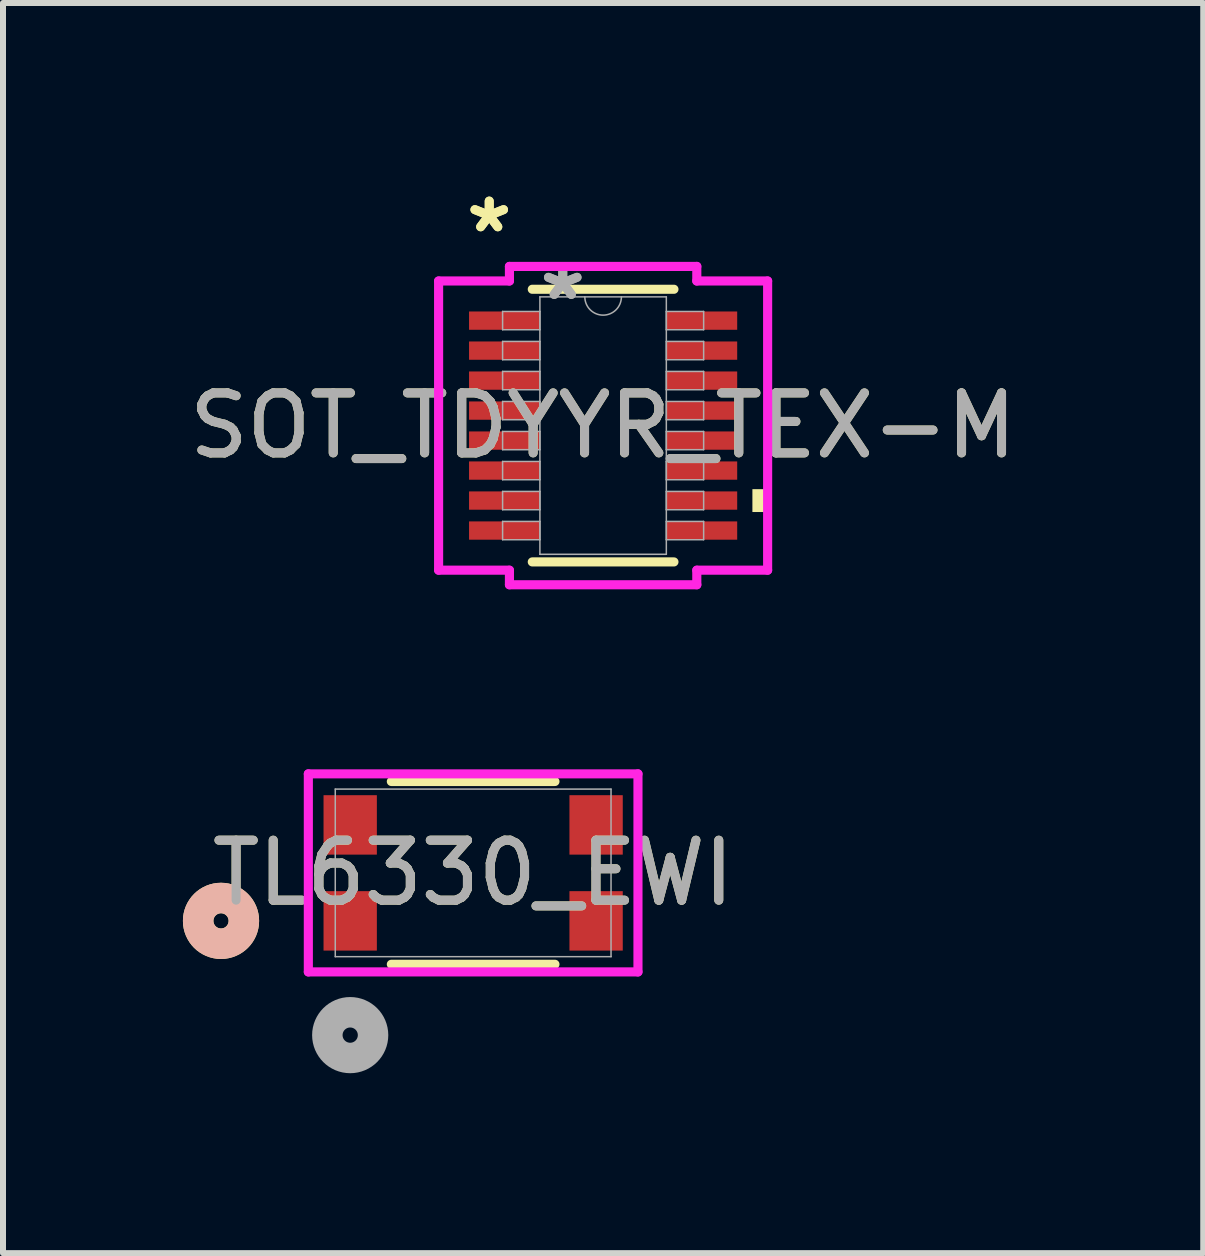
<source format=kicad_pcb>
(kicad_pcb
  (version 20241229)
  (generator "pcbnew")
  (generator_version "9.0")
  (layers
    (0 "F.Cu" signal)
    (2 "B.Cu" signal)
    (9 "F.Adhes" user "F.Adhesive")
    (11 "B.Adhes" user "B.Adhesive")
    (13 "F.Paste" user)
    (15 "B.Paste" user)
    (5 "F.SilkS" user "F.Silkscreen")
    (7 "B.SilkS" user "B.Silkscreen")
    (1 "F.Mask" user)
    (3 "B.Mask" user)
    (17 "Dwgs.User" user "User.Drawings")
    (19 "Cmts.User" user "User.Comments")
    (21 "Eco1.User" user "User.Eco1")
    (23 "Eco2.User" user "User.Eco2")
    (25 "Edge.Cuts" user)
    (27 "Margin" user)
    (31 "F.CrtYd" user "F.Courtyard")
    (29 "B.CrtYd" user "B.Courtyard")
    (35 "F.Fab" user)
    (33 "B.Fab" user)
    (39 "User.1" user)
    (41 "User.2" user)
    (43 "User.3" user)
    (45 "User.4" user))
  (footprint "SOT_TDYYR_TEX-M"
    (layer "F.Cu")
    (at 7.006 4.046)
    (property "Reference" "SOT_TDYYR_TEX-M" (at 0 0 0) (unlocked yes) (layer "F.SilkS") (effects (font (size 1 1) (thickness 0.15))))
    (attr smd)
    (fp_line (start -1.181 2.273) (end 1.181 2.273) (stroke (width 0.152) (type solid)) (layer "F.SilkS"))
    (fp_line (start 1.181 -2.273) (end -1.181 -2.273) (stroke (width 0.152) (type solid)) (layer "F.SilkS"))
    (fp_poly (pts (xy 2.743 1.06) (xy 2.743 1.441) (xy 2.489 1.441) (xy 2.489 1.06)) (stroke (width 0) (type solid)) (fill yes) (layer "F.SilkS"))
    (fp_line (start -2.743 -2.411) (end -1.562 -2.411) (stroke (width 0.152) (type solid)) (layer "F.CrtYd"))
    (fp_line (start -2.743 2.411) (end -2.743 -2.411) (stroke (width 0.152) (type solid)) (layer "F.CrtYd"))
    (fp_line (start -2.743 2.411) (end -1.562 2.411) (stroke (width 0.152) (type solid)) (layer "F.CrtYd"))
    (fp_line (start -1.562 -2.654) (end 1.562 -2.654) (stroke (width 0.152) (type solid)) (layer "F.CrtYd"))
    (fp_line (start -1.562 -2.411) (end -1.562 -2.654) (stroke (width 0.152) (type solid)) (layer "F.CrtYd"))
    (fp_line (start -1.562 2.654) (end -1.562 2.411) (stroke (width 0.152) (type solid)) (layer "F.CrtYd"))
    (fp_line (start 1.562 -2.654) (end 1.562 -2.411) (stroke (width 0.152) (type solid)) (layer "F.CrtYd"))
    (fp_line (start 1.562 2.411) (end 1.562 2.654) (stroke (width 0.152) (type solid)) (layer "F.CrtYd"))
    (fp_line (start 1.562 2.654) (end -1.562 2.654) (stroke (width 0.152) (type solid)) (layer "F.CrtYd"))
    (fp_line (start 2.743 -2.411) (end 1.562 -2.411) (stroke (width 0.152) (type solid)) (layer "F.CrtYd"))
    (fp_line (start 2.743 -2.411) (end 2.743 2.411) (stroke (width 0.152) (type solid)) (layer "F.CrtYd"))
    (fp_line (start 2.743 2.411) (end 1.562 2.411) (stroke (width 0.152) (type solid)) (layer "F.CrtYd"))
    (fp_line (start -1.676 -1.903) (end -1.676 -1.598) (stroke (width 0.025) (type solid)) (layer "F.Fab"))
    (fp_line (start -1.676 -1.598) (end -1.054 -1.598) (stroke (width 0.025) (type solid)) (layer "F.Fab"))
    (fp_line (start -1.676 -1.403) (end -1.676 -1.098) (stroke (width 0.025) (type solid)) (layer "F.Fab"))
    (fp_line (start -1.676 -1.098) (end -1.054 -1.098) (stroke (width 0.025) (type solid)) (layer "F.Fab"))
    (fp_line (start -1.676 -0.903) (end -1.676 -0.598) (stroke (width 0.025) (type solid)) (layer "F.Fab"))
    (fp_line (start -1.676 -0.598) (end -1.054 -0.598) (stroke (width 0.025) (type solid)) (layer "F.Fab"))
    (fp_line (start -1.676 -0.402) (end -1.676 -0.098) (stroke (width 0.025) (type solid)) (layer "F.Fab"))
    (fp_line (start -1.676 -0.098) (end -1.054 -0.098) (stroke (width 0.025) (type solid)) (layer "F.Fab"))
    (fp_line (start -1.676 0.098) (end -1.676 0.402) (stroke (width 0.025) (type solid)) (layer "F.Fab"))
    (fp_line (start -1.676 0.402) (end -1.054 0.402) (stroke (width 0.025) (type solid)) (layer "F.Fab"))
    (fp_line (start -1.676 0.598) (end -1.676 0.903) (stroke (width 0.025) (type solid)) (layer "F.Fab"))
    (fp_line (start -1.676 0.903) (end -1.054 0.903) (stroke (width 0.025) (type solid)) (layer "F.Fab"))
    (fp_line (start -1.676 1.098) (end -1.676 1.403) (stroke (width 0.025) (type solid)) (layer "F.Fab"))
    (fp_line (start -1.676 1.403) (end -1.054 1.403) (stroke (width 0.025) (type solid)) (layer "F.Fab"))
    (fp_line (start -1.676 1.598) (end -1.676 1.903) (stroke (width 0.025) (type solid)) (layer "F.Fab"))
    (fp_line (start -1.676 1.903) (end -1.054 1.903) (stroke (width 0.025) (type solid)) (layer "F.Fab"))
    (fp_line (start -1.054 -2.146) (end -1.054 2.146) (stroke (width 0.025) (type solid)) (layer "F.Fab"))
    (fp_line (start -1.054 -1.903) (end -1.676 -1.903) (stroke (width 0.025) (type solid)) (layer "F.Fab"))
    (fp_line (start -1.054 -1.598) (end -1.054 -1.903) (stroke (width 0.025) (type solid)) (layer "F.Fab"))
    (fp_line (start -1.054 -1.403) (end -1.676 -1.403) (stroke (width 0.025) (type solid)) (layer "F.Fab"))
    (fp_line (start -1.054 -1.098) (end -1.054 -1.403) (stroke (width 0.025) (type solid)) (layer "F.Fab"))
    (fp_line (start -1.054 -0.903) (end -1.676 -0.903) (stroke (width 0.025) (type solid)) (layer "F.Fab"))
    (fp_line (start -1.054 -0.598) (end -1.054 -0.903) (stroke (width 0.025) (type solid)) (layer "F.Fab"))
    (fp_line (start -1.054 -0.402) (end -1.676 -0.402) (stroke (width 0.025) (type solid)) (layer "F.Fab"))
    (fp_line (start -1.054 -0.098) (end -1.054 -0.402) (stroke (width 0.025) (type solid)) (layer "F.Fab"))
    (fp_line (start -1.054 0.098) (end -1.676 0.098) (stroke (width 0.025) (type solid)) (layer "F.Fab"))
    (fp_line (start -1.054 0.402) (end -1.054 0.098) (stroke (width 0.025) (type solid)) (layer "F.Fab"))
    (fp_line (start -1.054 0.598) (end -1.676 0.598) (stroke (width 0.025) (type solid)) (layer "F.Fab"))
    (fp_line (start -1.054 0.903) (end -1.054 0.598) (stroke (width 0.025) (type solid)) (layer "F.Fab"))
    (fp_line (start -1.054 1.098) (end -1.676 1.098) (stroke (width 0.025) (type solid)) (layer "F.Fab"))
    (fp_line (start -1.054 1.403) (end -1.054 1.098) (stroke (width 0.025) (type solid)) (layer "F.Fab"))
    (fp_line (start -1.054 1.598) (end -1.676 1.598) (stroke (width 0.025) (type solid)) (layer "F.Fab"))
    (fp_line (start -1.054 1.903) (end -1.054 1.598) (stroke (width 0.025) (type solid)) (layer "F.Fab"))
    (fp_line (start -1.054 2.146) (end 1.054 2.146) (stroke (width 0.025) (type solid)) (layer "F.Fab"))
    (fp_line (start 1.054 -2.146) (end -1.054 -2.146) (stroke (width 0.025) (type solid)) (layer "F.Fab"))
    (fp_line (start 1.054 -1.903) (end 1.054 -1.598) (stroke (width 0.025) (type solid)) (layer "F.Fab"))
    (fp_line (start 1.054 -1.598) (end 1.676 -1.598) (stroke (width 0.025) (type solid)) (layer "F.Fab"))
    (fp_line (start 1.054 -1.403) (end 1.054 -1.098) (stroke (width 0.025) (type solid)) (layer "F.Fab"))
    (fp_line (start 1.054 -1.098) (end 1.676 -1.098) (stroke (width 0.025) (type solid)) (layer "F.Fab"))
    (fp_line (start 1.054 -0.903) (end 1.054 -0.598) (stroke (width 0.025) (type solid)) (layer "F.Fab"))
    (fp_line (start 1.054 -0.598) (end 1.676 -0.598) (stroke (width 0.025) (type solid)) (layer "F.Fab"))
    (fp_line (start 1.054 -0.402) (end 1.054 -0.098) (stroke (width 0.025) (type solid)) (layer "F.Fab"))
    (fp_line (start 1.054 -0.098) (end 1.676 -0.098) (stroke (width 0.025) (type solid)) (layer "F.Fab"))
    (fp_line (start 1.054 0.098) (end 1.054 0.402) (stroke (width 0.025) (type solid)) (layer "F.Fab"))
    (fp_line (start 1.054 0.402) (end 1.676 0.402) (stroke (width 0.025) (type solid)) (layer "F.Fab"))
    (fp_line (start 1.054 0.598) (end 1.054 0.903) (stroke (width 0.025) (type solid)) (layer "F.Fab"))
    (fp_line (start 1.054 0.903) (end 1.676 0.903) (stroke (width 0.025) (type solid)) (layer "F.Fab"))
    (fp_line (start 1.054 1.098) (end 1.054 1.403) (stroke (width 0.025) (type solid)) (layer "F.Fab"))
    (fp_line (start 1.054 1.403) (end 1.676 1.403) (stroke (width 0.025) (type solid)) (layer "F.Fab"))
    (fp_line (start 1.054 1.598) (end 1.054 1.903) (stroke (width 0.025) (type solid)) (layer "F.Fab"))
    (fp_line (start 1.054 1.903) (end 1.676 1.903) (stroke (width 0.025) (type solid)) (layer "F.Fab"))
    (fp_line (start 1.054 2.146) (end 1.054 -2.146) (stroke (width 0.025) (type solid)) (layer "F.Fab"))
    (fp_line (start 1.676 -1.903) (end 1.054 -1.903) (stroke (width 0.025) (type solid)) (layer "F.Fab"))
    (fp_line (start 1.676 -1.598) (end 1.676 -1.903) (stroke (width 0.025) (type solid)) (layer "F.Fab"))
    (fp_line (start 1.676 -1.403) (end 1.054 -1.403) (stroke (width 0.025) (type solid)) (layer "F.Fab"))
    (fp_line (start 1.676 -1.098) (end 1.676 -1.403) (stroke (width 0.025) (type solid)) (layer "F.Fab"))
    (fp_line (start 1.676 -0.903) (end 1.054 -0.903) (stroke (width 0.025) (type solid)) (layer "F.Fab"))
    (fp_line (start 1.676 -0.598) (end 1.676 -0.903) (stroke (width 0.025) (type solid)) (layer "F.Fab"))
    (fp_line (start 1.676 -0.402) (end 1.054 -0.402) (stroke (width 0.025) (type solid)) (layer "F.Fab"))
    (fp_line (start 1.676 -0.098) (end 1.676 -0.402) (stroke (width 0.025) (type solid)) (layer "F.Fab"))
    (fp_line (start 1.676 0.098) (end 1.054 0.098) (stroke (width 0.025) (type solid)) (layer "F.Fab"))
    (fp_line (start 1.676 0.402) (end 1.676 0.098) (stroke (width 0.025) (type solid)) (layer "F.Fab"))
    (fp_line (start 1.676 0.598) (end 1.054 0.598) (stroke (width 0.025) (type solid)) (layer "F.Fab"))
    (fp_line (start 1.676 0.903) (end 1.676 0.598) (stroke (width 0.025) (type solid)) (layer "F.Fab"))
    (fp_line (start 1.676 1.098) (end 1.054 1.098) (stroke (width 0.025) (type solid)) (layer "F.Fab"))
    (fp_line (start 1.676 1.403) (end 1.676 1.098) (stroke (width 0.025) (type solid)) (layer "F.Fab"))
    (fp_line (start 1.676 1.598) (end 1.054 1.598) (stroke (width 0.025) (type solid)) (layer "F.Fab"))
    (fp_line (start 1.676 1.903) (end 1.676 1.598) (stroke (width 0.025) (type solid)) (layer "F.Fab"))
    (fp_arc (start 0.3048 -2.1463) (mid 0 -1.8415) (end -0.3048 -2.1463) (stroke (width 0.0254) (type solid)) (layer "F.Fab"))
    (fp_text user "*" (at -1.899 -3.198 0) (layer "F.SilkS") (effects (font (size 1 1) (thickness 0.15))))
    (fp_text user "*" (at -1.899 -3.198 0) (unlocked yes) (layer "F.SilkS") (effects (font (size 1 1) (thickness 0.15))))
    (fp_text user "*" (at -0.673 -2.07 0) (unlocked yes) (layer "F.Fab") (effects (font (size 1 1) (thickness 0.15))))
    (fp_text user "${REFERENCE}" (at 0 0 0) (unlocked yes) (layer "F.Fab") (effects (font (size 1 1) (thickness 0.15))))
    (fp_text user "*" (at -0.673 -2.07 0) (layer "F.Fab") (effects (font (size 1 1) (thickness 0.15))))
    (pad "1" smd rect (at -1.645 -1.75) (size 1.181 0.305) (layers "F.Cu" "F.Mask" "F.Paste"))
    (pad "2" smd rect (at -1.645 -1.25) (size 1.181 0.305) (layers "F.Cu" "F.Mask" "F.Paste"))
    (pad "3" smd rect (at -1.645 -0.75) (size 1.181 0.305) (layers "F.Cu" "F.Mask" "F.Paste"))
    (pad "4" smd rect (at -1.645 -0.25) (size 1.181 0.305) (layers "F.Cu" "F.Mask" "F.Paste"))
    (pad "5" smd rect (at -1.645 0.25) (size 1.181 0.305) (layers "F.Cu" "F.Mask" "F.Paste"))
    (pad "6" smd rect (at -1.645 0.75) (size 1.181 0.305) (layers "F.Cu" "F.Mask" "F.Paste"))
    (pad "7" smd rect (at -1.645 1.25) (size 1.181 0.305) (layers "F.Cu" "F.Mask" "F.Paste"))
    (pad "8" smd rect (at -1.645 1.75) (size 1.181 0.305) (layers "F.Cu" "F.Mask" "F.Paste"))
    (pad "9" smd rect (at 1.645 1.75) (size 1.181 0.305) (layers "F.Cu" "F.Mask" "F.Paste"))
    (pad "10" smd rect (at 1.645 1.25) (size 1.181 0.305) (layers "F.Cu" "F.Mask" "F.Paste"))
    (pad "11" smd rect (at 1.645 0.75) (size 1.181 0.305) (layers "F.Cu" "F.Mask" "F.Paste"))
    (pad "12" smd rect (at 1.645 0.25) (size 1.181 0.305) (layers "F.Cu" "F.Mask" "F.Paste"))
    (pad "13" smd rect (at 1.645 -0.25) (size 1.181 0.305) (layers "F.Cu" "F.Mask" "F.Paste"))
    (pad "14" smd rect (at 1.645 -0.75) (size 1.181 0.305) (layers "F.Cu" "F.Mask" "F.Paste"))
    (pad "15" smd rect (at 1.645 -1.25) (size 1.181 0.305) (layers "F.Cu" "F.Mask" "F.Paste"))
    (pad "16" smd rect (at 1.645 -1.75) (size 1.181 0.305) (layers "F.Cu" "F.Mask" "F.Paste")))
  (footprint "TL6330_EWI"
    (layer "F.Cu")
    (at 4.839 11.504)
    (property "Reference" "TL6330_EWI" (at 0 0 0) (unlocked yes) (layer "F.SilkS") (effects (font (size 1 1) (thickness 0.15))))
    (attr smd)
    (fp_line (start -1.364 1.524) (end 1.364 1.524) (stroke (width 0.152) (type solid)) (layer "F.SilkS"))
    (fp_line (start 1.364 -1.524) (end -1.364 -1.524) (stroke (width 0.152) (type solid)) (layer "F.SilkS"))
    (fp_circle (center -4.204 0.8) (end -3.823 0.8) (stroke (width 0.508) (type solid)) (fill no) (layer "F.SilkS"))
    (fp_circle (center -4.204 0.8) (end -3.823 0.8) (stroke (width 0.508) (type solid)) (fill no) (layer "B.SilkS"))
    (fp_line (start -2.748 -1.651) (end -2.748 1.651) (stroke (width 0.152) (type solid)) (layer "F.CrtYd"))
    (fp_line (start -2.748 1.651) (end 2.748 1.651) (stroke (width 0.152) (type solid)) (layer "F.CrtYd"))
    (fp_line (start 2.748 -1.651) (end -2.748 -1.651) (stroke (width 0.152) (type solid)) (layer "F.CrtYd"))
    (fp_line (start 2.748 1.651) (end 2.748 -1.651) (stroke (width 0.152) (type solid)) (layer "F.CrtYd"))
    (fp_line (start -2.299 -1.397) (end -2.299 1.397) (stroke (width 0.025) (type solid)) (layer "F.Fab"))
    (fp_line (start -2.299 1.397) (end 2.299 1.397) (stroke (width 0.025) (type solid)) (layer "F.Fab"))
    (fp_line (start 2.299 -1.397) (end -2.299 -1.397) (stroke (width 0.025) (type solid)) (layer "F.Fab"))
    (fp_line (start 2.299 1.397) (end 2.299 -1.397) (stroke (width 0.025) (type solid)) (layer "F.Fab"))
    (fp_circle (center -2.05 2.705) (end -1.669 2.705) (stroke (width 0.508) (type solid)) (fill no) (layer "F.Fab"))
    (fp_text user "${REFERENCE}" (at 0 0 0) (unlocked yes) (layer "F.Fab") (effects (font (size 1 1) (thickness 0.15))))
    (pad "1" smd rect (at -2.05 0.8) (size 0.889 0.991) (layers "F.Cu" "F.Mask" "F.Paste"))
    (pad "2" smd rect (at 2.05 0.8) (size 0.889 0.991) (layers "F.Cu" "F.Mask" "F.Paste"))
    (pad "3" smd rect (at -2.05 -0.8) (size 0.889 0.991) (layers "F.Cu" "F.Mask" "F.Paste"))
    (pad "4" smd rect (at 2.05 -0.8) (size 0.889 0.991) (layers "F.Cu" "F.Mask" "F.Paste")))
  (gr_rect
    (start -3 -3)
    (end 17.012 17.844)
    (stroke (width 0.1) (type default))
    (fill no)
    (layer "Edge.Cuts")))
</source>
